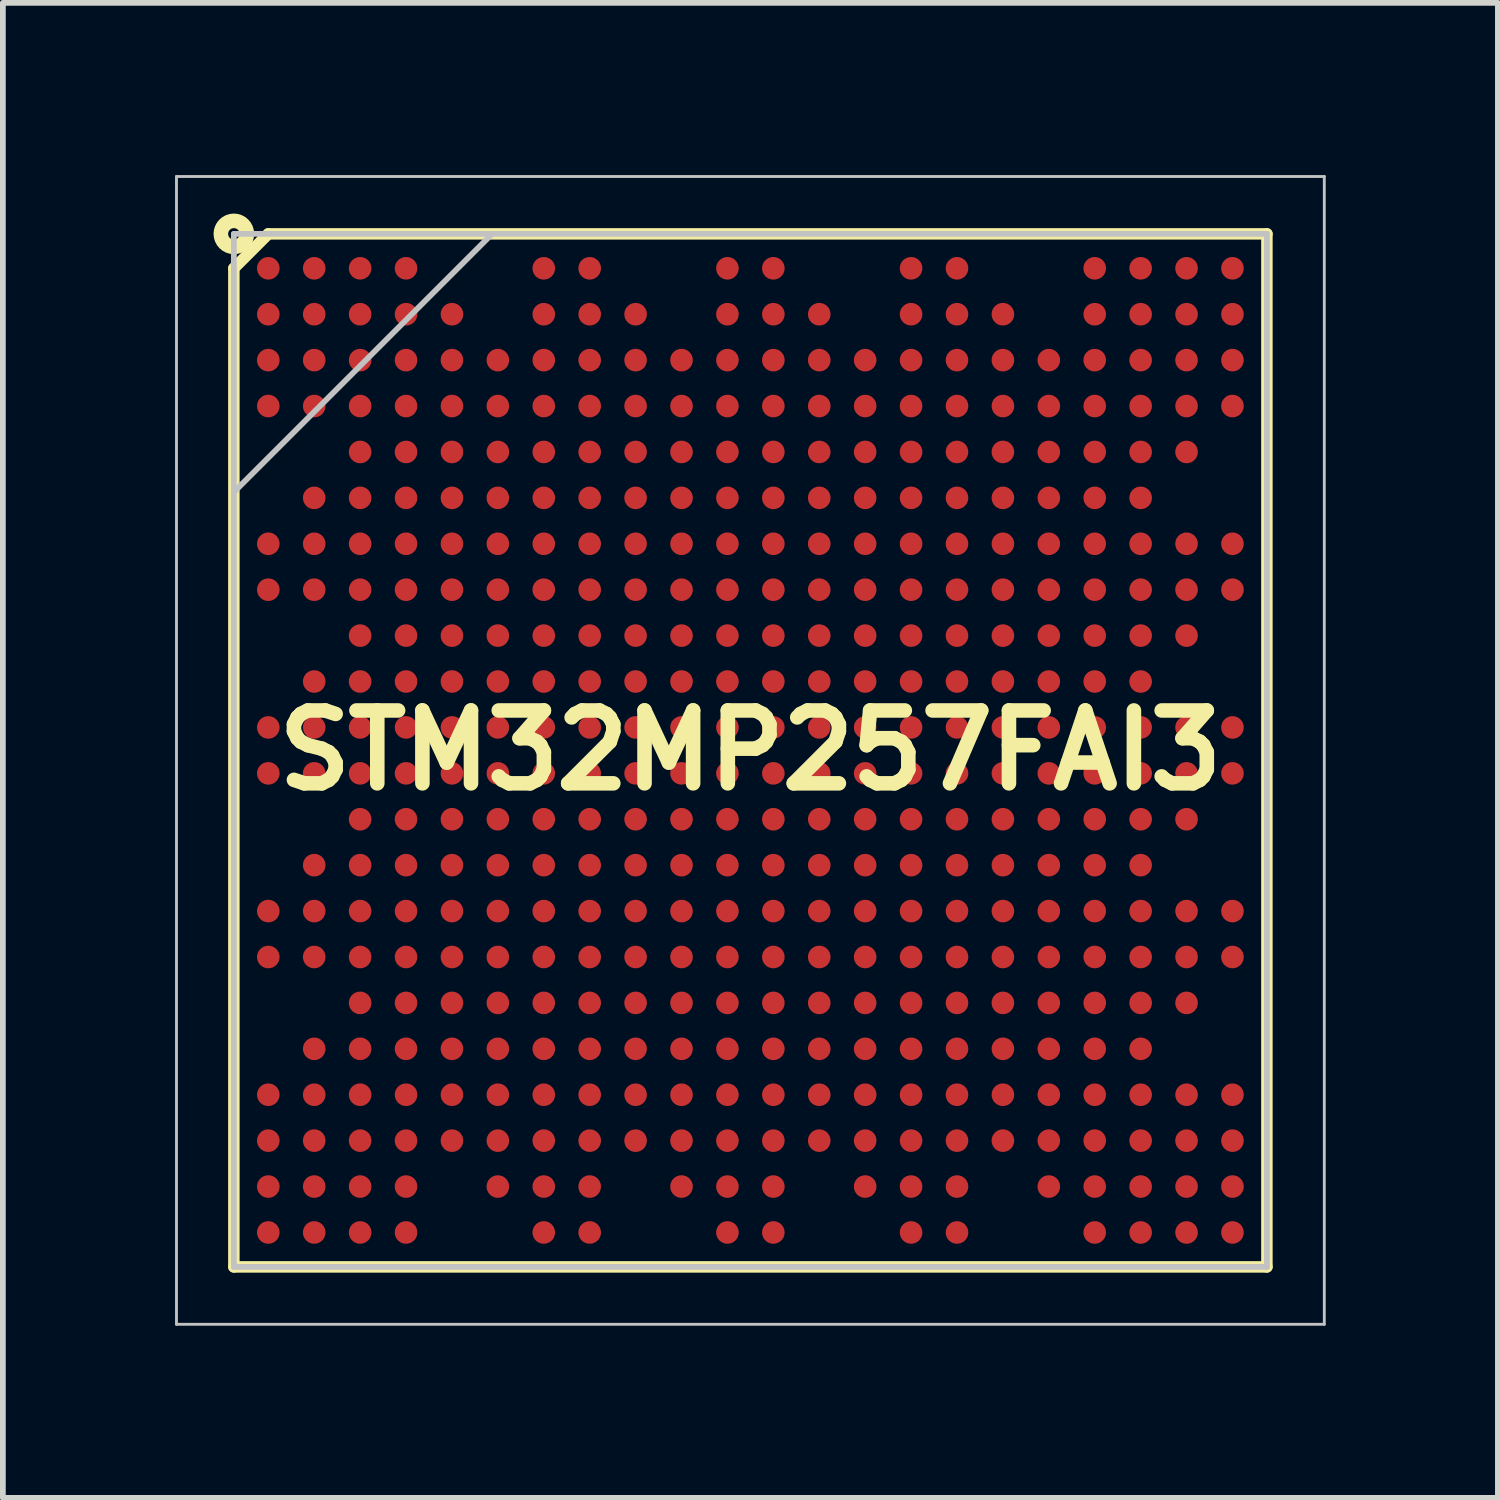
<source format=kicad_pcb>
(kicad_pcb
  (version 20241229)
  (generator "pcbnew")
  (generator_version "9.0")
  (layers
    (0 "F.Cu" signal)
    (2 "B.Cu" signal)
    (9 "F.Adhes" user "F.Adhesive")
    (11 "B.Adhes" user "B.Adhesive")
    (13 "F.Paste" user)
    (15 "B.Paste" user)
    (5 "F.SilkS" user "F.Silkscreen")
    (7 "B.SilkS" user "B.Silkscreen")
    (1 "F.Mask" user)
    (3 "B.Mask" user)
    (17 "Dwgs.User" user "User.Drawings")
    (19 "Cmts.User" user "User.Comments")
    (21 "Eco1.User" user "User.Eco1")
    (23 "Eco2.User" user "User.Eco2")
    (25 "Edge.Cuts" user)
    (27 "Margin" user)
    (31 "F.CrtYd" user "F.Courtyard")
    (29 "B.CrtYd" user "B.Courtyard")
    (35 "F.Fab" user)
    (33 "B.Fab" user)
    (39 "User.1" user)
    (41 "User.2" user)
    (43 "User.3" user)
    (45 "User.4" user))
  (footprint "STM32MP257FAI3"
    (layer "F.Cu")
    (at 10.025 10.025)
    (property "Reference" "STM32MP257FAI3" (at 0 0 0) (layer "F.SilkS") (effects (font (size 1.27 1.27) (thickness 0.254))))
    (attr smd)
    (fp_line (start -9 -8.4) (end -8.4 -9) (stroke (width 0.2) (type solid)) (layer "F.SilkS"))
    (fp_line (start -9 9) (end -9 -8.4) (stroke (width 0.2) (type solid)) (layer "F.SilkS"))
    (fp_line (start -8.4 -9) (end 9 -9) (stroke (width 0.2) (type solid)) (layer "F.SilkS"))
    (fp_line (start 9 -9) (end 9 9) (stroke (width 0.2) (type solid)) (layer "F.SilkS"))
    (fp_line (start 9 9) (end -9 9) (stroke (width 0.2) (type solid)) (layer "F.SilkS"))
    (fp_circle (center -9 -9) (end -8.9 -9) (stroke (width 0.254) (type solid)) (fill no) (layer "F.SilkS"))
    (fp_line (start -10 -10) (end 10 -10) (stroke (width 0.05) (type solid)) (layer "Dwgs.User"))
    (fp_line (start -10 10) (end -10 -10) (stroke (width 0.05) (type solid)) (layer "Dwgs.User"))
    (fp_line (start -9 -9) (end 9 -9) (stroke (width 0.1) (type solid)) (layer "Dwgs.User"))
    (fp_line (start -9 -4.5) (end -4.5 -9) (stroke (width 0.1) (type solid)) (layer "Dwgs.User"))
    (fp_line (start -9 9) (end -9 -9) (stroke (width 0.1) (type solid)) (layer "Dwgs.User"))
    (fp_line (start 9 -9) (end 9 9) (stroke (width 0.1) (type solid)) (layer "Dwgs.User"))
    (fp_line (start 9 9) (end -9 9) (stroke (width 0.1) (type solid)) (layer "Dwgs.User"))
    (fp_line (start 10 -10) (end 10 10) (stroke (width 0.05) (type solid)) (layer "Dwgs.User"))
    (fp_line (start 10 10) (end -10 10) (stroke (width 0.05) (type solid)) (layer "Dwgs.User"))
    (pad "A1" smd circle (at -8.4 -8.4 90) (size 0.394 0.394) (layers "F.Cu" "F.Mask" "F.Paste"))
    (pad "A2" smd circle (at -7.6 -8.4 90) (size 0.394 0.394) (layers "F.Cu" "F.Mask" "F.Paste"))
    (pad "A3" smd circle (at -6.8 -8.4 90) (size 0.394 0.394) (layers "F.Cu" "F.Mask" "F.Paste"))
    (pad "A4" smd circle (at -6 -8.4 90) (size 0.394 0.394) (layers "F.Cu" "F.Mask" "F.Paste"))
    (pad "A7" smd circle (at -3.6 -8.4 90) (size 0.394 0.394) (layers "F.Cu" "F.Mask" "F.Paste"))
    (pad "A8" smd circle (at -2.8 -8.4 90) (size 0.394 0.394) (layers "F.Cu" "F.Mask" "F.Paste"))
    (pad "A11" smd circle (at -0.4 -8.4 90) (size 0.394 0.394) (layers "F.Cu" "F.Mask" "F.Paste"))
    (pad "A12" smd circle (at 0.4 -8.4 90) (size 0.394 0.394) (layers "F.Cu" "F.Mask" "F.Paste"))
    (pad "A15" smd circle (at 2.8 -8.4 90) (size 0.394 0.394) (layers "F.Cu" "F.Mask" "F.Paste"))
    (pad "A16" smd circle (at 3.6 -8.4 90) (size 0.394 0.394) (layers "F.Cu" "F.Mask" "F.Paste"))
    (pad "A19" smd circle (at 6 -8.4 90) (size 0.394 0.394) (layers "F.Cu" "F.Mask" "F.Paste"))
    (pad "A20" smd circle (at 6.8 -8.4 90) (size 0.394 0.394) (layers "F.Cu" "F.Mask" "F.Paste"))
    (pad "A21" smd circle (at 7.6 -8.4 90) (size 0.394 0.394) (layers "F.Cu" "F.Mask" "F.Paste"))
    (pad "A22" smd circle (at 8.4 -8.4 90) (size 0.394 0.394) (layers "F.Cu" "F.Mask" "F.Paste"))
    (pad "AA1" smd circle (at -8.4 7.6 90) (size 0.394 0.394) (layers "F.Cu" "F.Mask" "F.Paste"))
    (pad "AA2" smd circle (at -7.6 7.6 90) (size 0.394 0.394) (layers "F.Cu" "F.Mask" "F.Paste"))
    (pad "AA3" smd circle (at -6.8 7.6 90) (size 0.394 0.394) (layers "F.Cu" "F.Mask" "F.Paste"))
    (pad "AA4" smd circle (at -6 7.6 90) (size 0.394 0.394) (layers "F.Cu" "F.Mask" "F.Paste"))
    (pad "AA6" smd circle (at -4.4 7.6 90) (size 0.394 0.394) (layers "F.Cu" "F.Mask" "F.Paste"))
    (pad "AA7" smd circle (at -3.6 7.6 90) (size 0.394 0.394) (layers "F.Cu" "F.Mask" "F.Paste"))
    (pad "AA8" smd circle (at -2.8 7.6 90) (size 0.394 0.394) (layers "F.Cu" "F.Mask" "F.Paste"))
    (pad "AA10" smd circle (at -1.2 7.6 90) (size 0.394 0.394) (layers "F.Cu" "F.Mask" "F.Paste"))
    (pad "AA11" smd circle (at -0.4 7.6 90) (size 0.394 0.394) (layers "F.Cu" "F.Mask" "F.Paste"))
    (pad "AA12" smd circle (at 0.4 7.6 90) (size 0.394 0.394) (layers "F.Cu" "F.Mask" "F.Paste"))
    (pad "AA14" smd circle (at 2 7.6 90) (size 0.394 0.394) (layers "F.Cu" "F.Mask" "F.Paste"))
    (pad "AA15" smd circle (at 2.8 7.6 90) (size 0.394 0.394) (layers "F.Cu" "F.Mask" "F.Paste"))
    (pad "AA16" smd circle (at 3.6 7.6 90) (size 0.394 0.394) (layers "F.Cu" "F.Mask" "F.Paste"))
    (pad "AA18" smd circle (at 5.2 7.6 90) (size 0.394 0.394) (layers "F.Cu" "F.Mask" "F.Paste"))
    (pad "AA19" smd circle (at 6 7.6 90) (size 0.394 0.394) (layers "F.Cu" "F.Mask" "F.Paste"))
    (pad "AA20" smd circle (at 6.8 7.6 90) (size 0.394 0.394) (layers "F.Cu" "F.Mask" "F.Paste"))
    (pad "AA21" smd circle (at 7.6 7.6 90) (size 0.394 0.394) (layers "F.Cu" "F.Mask" "F.Paste"))
    (pad "AA22" smd circle (at 8.4 7.6 90) (size 0.394 0.394) (layers "F.Cu" "F.Mask" "F.Paste"))
    (pad "AB1" smd circle (at -8.4 8.4 90) (size 0.394 0.394) (layers "F.Cu" "F.Mask" "F.Paste"))
    (pad "AB2" smd circle (at -7.6 8.4 90) (size 0.394 0.394) (layers "F.Cu" "F.Mask" "F.Paste"))
    (pad "AB3" smd circle (at -6.8 8.4 90) (size 0.394 0.394) (layers "F.Cu" "F.Mask" "F.Paste"))
    (pad "AB4" smd circle (at -6 8.4 90) (size 0.394 0.394) (layers "F.Cu" "F.Mask" "F.Paste"))
    (pad "AB7" smd circle (at -3.6 8.4 90) (size 0.394 0.394) (layers "F.Cu" "F.Mask" "F.Paste"))
    (pad "AB8" smd circle (at -2.8 8.4 90) (size 0.394 0.394) (layers "F.Cu" "F.Mask" "F.Paste"))
    (pad "AB11" smd circle (at -0.4 8.4 90) (size 0.394 0.394) (layers "F.Cu" "F.Mask" "F.Paste"))
    (pad "AB12" smd circle (at 0.4 8.4 90) (size 0.394 0.394) (layers "F.Cu" "F.Mask" "F.Paste"))
    (pad "AB15" smd circle (at 2.8 8.4 90) (size 0.394 0.394) (layers "F.Cu" "F.Mask" "F.Paste"))
    (pad "AB16" smd circle (at 3.6 8.4 90) (size 0.394 0.394) (layers "F.Cu" "F.Mask" "F.Paste"))
    (pad "AB19" smd circle (at 6 8.4 90) (size 0.394 0.394) (layers "F.Cu" "F.Mask" "F.Paste"))
    (pad "AB20" smd circle (at 6.8 8.4 90) (size 0.394 0.394) (layers "F.Cu" "F.Mask" "F.Paste"))
    (pad "AB21" smd circle (at 7.6 8.4 90) (size 0.394 0.394) (layers "F.Cu" "F.Mask" "F.Paste"))
    (pad "AB22" smd circle (at 8.4 8.4 90) (size 0.394 0.394) (layers "F.Cu" "F.Mask" "F.Paste"))
    (pad "B1" smd circle (at -8.4 -7.6 90) (size 0.394 0.394) (layers "F.Cu" "F.Mask" "F.Paste"))
    (pad "B2" smd circle (at -7.6 -7.6 90) (size 0.394 0.394) (layers "F.Cu" "F.Mask" "F.Paste"))
    (pad "B3" smd circle (at -6.8 -7.6 90) (size 0.394 0.394) (layers "F.Cu" "F.Mask" "F.Paste"))
    (pad "B4" smd circle (at -6 -7.6 90) (size 0.394 0.394) (layers "F.Cu" "F.Mask" "F.Paste"))
    (pad "B5" smd circle (at -5.2 -7.6 90) (size 0.394 0.394) (layers "F.Cu" "F.Mask" "F.Paste"))
    (pad "B7" smd circle (at -3.6 -7.6 90) (size 0.394 0.394) (layers "F.Cu" "F.Mask" "F.Paste"))
    (pad "B8" smd circle (at -2.8 -7.6 90) (size 0.394 0.394) (layers "F.Cu" "F.Mask" "F.Paste"))
    (pad "B9" smd circle (at -2 -7.6 90) (size 0.394 0.394) (layers "F.Cu" "F.Mask" "F.Paste"))
    (pad "B11" smd circle (at -0.4 -7.6 90) (size 0.394 0.394) (layers "F.Cu" "F.Mask" "F.Paste"))
    (pad "B12" smd circle (at 0.4 -7.6 90) (size 0.394 0.394) (layers "F.Cu" "F.Mask" "F.Paste"))
    (pad "B13" smd circle (at 1.2 -7.6 90) (size 0.394 0.394) (layers "F.Cu" "F.Mask" "F.Paste"))
    (pad "B15" smd circle (at 2.8 -7.6 90) (size 0.394 0.394) (layers "F.Cu" "F.Mask" "F.Paste"))
    (pad "B16" smd circle (at 3.6 -7.6 90) (size 0.394 0.394) (layers "F.Cu" "F.Mask" "F.Paste"))
    (pad "B17" smd circle (at 4.4 -7.6 90) (size 0.394 0.394) (layers "F.Cu" "F.Mask" "F.Paste"))
    (pad "B19" smd circle (at 6 -7.6 90) (size 0.394 0.394) (layers "F.Cu" "F.Mask" "F.Paste"))
    (pad "B20" smd circle (at 6.8 -7.6 90) (size 0.394 0.394) (layers "F.Cu" "F.Mask" "F.Paste"))
    (pad "B21" smd circle (at 7.6 -7.6 90) (size 0.394 0.394) (layers "F.Cu" "F.Mask" "F.Paste"))
    (pad "B22" smd circle (at 8.4 -7.6 90) (size 0.394 0.394) (layers "F.Cu" "F.Mask" "F.Paste"))
    (pad "C1" smd circle (at -8.4 -6.8 90) (size 0.394 0.394) (layers "F.Cu" "F.Mask" "F.Paste"))
    (pad "C2" smd circle (at -7.6 -6.8 90) (size 0.394 0.394) (layers "F.Cu" "F.Mask" "F.Paste"))
    (pad "C3" smd circle (at -6.8 -6.8 90) (size 0.394 0.394) (layers "F.Cu" "F.Mask" "F.Paste"))
    (pad "C4" smd circle (at -6 -6.8 90) (size 0.394 0.394) (layers "F.Cu" "F.Mask" "F.Paste"))
    (pad "C5" smd circle (at -5.2 -6.8 90) (size 0.394 0.394) (layers "F.Cu" "F.Mask" "F.Paste"))
    (pad "C6" smd circle (at -4.4 -6.8 90) (size 0.394 0.394) (layers "F.Cu" "F.Mask" "F.Paste"))
    (pad "C7" smd circle (at -3.6 -6.8 90) (size 0.394 0.394) (layers "F.Cu" "F.Mask" "F.Paste"))
    (pad "C8" smd circle (at -2.8 -6.8 90) (size 0.394 0.394) (layers "F.Cu" "F.Mask" "F.Paste"))
    (pad "C9" smd circle (at -2 -6.8 90) (size 0.394 0.394) (layers "F.Cu" "F.Mask" "F.Paste"))
    (pad "C10" smd circle (at -1.2 -6.8 90) (size 0.394 0.394) (layers "F.Cu" "F.Mask" "F.Paste"))
    (pad "C11" smd circle (at -0.4 -6.8 90) (size 0.394 0.394) (layers "F.Cu" "F.Mask" "F.Paste"))
    (pad "C12" smd circle (at 0.4 -6.8 90) (size 0.394 0.394) (layers "F.Cu" "F.Mask" "F.Paste"))
    (pad "C13" smd circle (at 1.2 -6.8 90) (size 0.394 0.394) (layers "F.Cu" "F.Mask" "F.Paste"))
    (pad "C14" smd circle (at 2 -6.8 90) (size 0.394 0.394) (layers "F.Cu" "F.Mask" "F.Paste"))
    (pad "C15" smd circle (at 2.8 -6.8 90) (size 0.394 0.394) (layers "F.Cu" "F.Mask" "F.Paste"))
    (pad "C16" smd circle (at 3.6 -6.8 90) (size 0.394 0.394) (layers "F.Cu" "F.Mask" "F.Paste"))
    (pad "C17" smd circle (at 4.4 -6.8 90) (size 0.394 0.394) (layers "F.Cu" "F.Mask" "F.Paste"))
    (pad "C18" smd circle (at 5.2 -6.8 90) (size 0.394 0.394) (layers "F.Cu" "F.Mask" "F.Paste"))
    (pad "C19" smd circle (at 6 -6.8 90) (size 0.394 0.394) (layers "F.Cu" "F.Mask" "F.Paste"))
    (pad "C20" smd circle (at 6.8 -6.8 90) (size 0.394 0.394) (layers "F.Cu" "F.Mask" "F.Paste"))
    (pad "C21" smd circle (at 7.6 -6.8 90) (size 0.394 0.394) (layers "F.Cu" "F.Mask" "F.Paste"))
    (pad "C22" smd circle (at 8.4 -6.8 90) (size 0.394 0.394) (layers "F.Cu" "F.Mask" "F.Paste"))
    (pad "D1" smd circle (at -8.4 -6 90) (size 0.394 0.394) (layers "F.Cu" "F.Mask" "F.Paste"))
    (pad "D2" smd circle (at -7.6 -6 90) (size 0.394 0.394) (layers "F.Cu" "F.Mask" "F.Paste"))
    (pad "D3" smd circle (at -6.8 -6 90) (size 0.394 0.394) (layers "F.Cu" "F.Mask" "F.Paste"))
    (pad "D4" smd circle (at -6 -6 90) (size 0.394 0.394) (layers "F.Cu" "F.Mask" "F.Paste"))
    (pad "D5" smd circle (at -5.2 -6 90) (size 0.394 0.394) (layers "F.Cu" "F.Mask" "F.Paste"))
    (pad "D6" smd circle (at -4.4 -6 90) (size 0.394 0.394) (layers "F.Cu" "F.Mask" "F.Paste"))
    (pad "D7" smd circle (at -3.6 -6 90) (size 0.394 0.394) (layers "F.Cu" "F.Mask" "F.Paste"))
    (pad "D8" smd circle (at -2.8 -6 90) (size 0.394 0.394) (layers "F.Cu" "F.Mask" "F.Paste"))
    (pad "D9" smd circle (at -2 -6 90) (size 0.394 0.394) (layers "F.Cu" "F.Mask" "F.Paste"))
    (pad "D10" smd circle (at -1.2 -6 90) (size 0.394 0.394) (layers "F.Cu" "F.Mask" "F.Paste"))
    (pad "D11" smd circle (at -0.4 -6 90) (size 0.394 0.394) (layers "F.Cu" "F.Mask" "F.Paste"))
    (pad "D12" smd circle (at 0.4 -6 90) (size 0.394 0.394) (layers "F.Cu" "F.Mask" "F.Paste"))
    (pad "D13" smd circle (at 1.2 -6 90) (size 0.394 0.394) (layers "F.Cu" "F.Mask" "F.Paste"))
    (pad "D14" smd circle (at 2 -6 90) (size 0.394 0.394) (layers "F.Cu" "F.Mask" "F.Paste"))
    (pad "D15" smd circle (at 2.8 -6 90) (size 0.394 0.394) (layers "F.Cu" "F.Mask" "F.Paste"))
    (pad "D16" smd circle (at 3.6 -6 90) (size 0.394 0.394) (layers "F.Cu" "F.Mask" "F.Paste"))
    (pad "D17" smd circle (at 4.4 -6 90) (size 0.394 0.394) (layers "F.Cu" "F.Mask" "F.Paste"))
    (pad "D18" smd circle (at 5.2 -6 90) (size 0.394 0.394) (layers "F.Cu" "F.Mask" "F.Paste"))
    (pad "D19" smd circle (at 6 -6 90) (size 0.394 0.394) (layers "F.Cu" "F.Mask" "F.Paste"))
    (pad "D20" smd circle (at 6.8 -6 90) (size 0.394 0.394) (layers "F.Cu" "F.Mask" "F.Paste"))
    (pad "D21" smd circle (at 7.6 -6 90) (size 0.394 0.394) (layers "F.Cu" "F.Mask" "F.Paste"))
    (pad "D22" smd circle (at 8.4 -6 90) (size 0.394 0.394) (layers "F.Cu" "F.Mask" "F.Paste"))
    (pad "E3" smd circle (at -6.8 -5.2 90) (size 0.394 0.394) (layers "F.Cu" "F.Mask" "F.Paste"))
    (pad "E4" smd circle (at -6 -5.2 90) (size 0.394 0.394) (layers "F.Cu" "F.Mask" "F.Paste"))
    (pad "E5" smd circle (at -5.2 -5.2 90) (size 0.394 0.394) (layers "F.Cu" "F.Mask" "F.Paste"))
    (pad "E6" smd circle (at -4.4 -5.2 90) (size 0.394 0.394) (layers "F.Cu" "F.Mask" "F.Paste"))
    (pad "E7" smd circle (at -3.6 -5.2 90) (size 0.394 0.394) (layers "F.Cu" "F.Mask" "F.Paste"))
    (pad "E8" smd circle (at -2.8 -5.2 90) (size 0.394 0.394) (layers "F.Cu" "F.Mask" "F.Paste"))
    (pad "E9" smd circle (at -2 -5.2 90) (size 0.394 0.394) (layers "F.Cu" "F.Mask" "F.Paste"))
    (pad "E10" smd circle (at -1.2 -5.2 90) (size 0.394 0.394) (layers "F.Cu" "F.Mask" "F.Paste"))
    (pad "E11" smd circle (at -0.4 -5.2 90) (size 0.394 0.394) (layers "F.Cu" "F.Mask" "F.Paste"))
    (pad "E12" smd circle (at 0.4 -5.2 90) (size 0.394 0.394) (layers "F.Cu" "F.Mask" "F.Paste"))
    (pad "E13" smd circle (at 1.2 -5.2 90) (size 0.394 0.394) (layers "F.Cu" "F.Mask" "F.Paste"))
    (pad "E14" smd circle (at 2 -5.2 90) (size 0.394 0.394) (layers "F.Cu" "F.Mask" "F.Paste"))
    (pad "E15" smd circle (at 2.8 -5.2 90) (size 0.394 0.394) (layers "F.Cu" "F.Mask" "F.Paste"))
    (pad "E16" smd circle (at 3.6 -5.2 90) (size 0.394 0.394) (layers "F.Cu" "F.Mask" "F.Paste"))
    (pad "E17" smd circle (at 4.4 -5.2 90) (size 0.394 0.394) (layers "F.Cu" "F.Mask" "F.Paste"))
    (pad "E18" smd circle (at 5.2 -5.2 90) (size 0.394 0.394) (layers "F.Cu" "F.Mask" "F.Paste"))
    (pad "E19" smd circle (at 6 -5.2 90) (size 0.394 0.394) (layers "F.Cu" "F.Mask" "F.Paste"))
    (pad "E20" smd circle (at 6.8 -5.2 90) (size 0.394 0.394) (layers "F.Cu" "F.Mask" "F.Paste"))
    (pad "E21" smd circle (at 7.6 -5.2 90) (size 0.394 0.394) (layers "F.Cu" "F.Mask" "F.Paste"))
    (pad "F2" smd circle (at -7.6 -4.4 90) (size 0.394 0.394) (layers "F.Cu" "F.Mask" "F.Paste"))
    (pad "F3" smd circle (at -6.8 -4.4 90) (size 0.394 0.394) (layers "F.Cu" "F.Mask" "F.Paste"))
    (pad "F4" smd circle (at -6 -4.4 90) (size 0.394 0.394) (layers "F.Cu" "F.Mask" "F.Paste"))
    (pad "F5" smd circle (at -5.2 -4.4 90) (size 0.394 0.394) (layers "F.Cu" "F.Mask" "F.Paste"))
    (pad "F6" smd circle (at -4.4 -4.4 90) (size 0.394 0.394) (layers "F.Cu" "F.Mask" "F.Paste"))
    (pad "F7" smd circle (at -3.6 -4.4 90) (size 0.394 0.394) (layers "F.Cu" "F.Mask" "F.Paste"))
    (pad "F8" smd circle (at -2.8 -4.4 90) (size 0.394 0.394) (layers "F.Cu" "F.Mask" "F.Paste"))
    (pad "F9" smd circle (at -2 -4.4 90) (size 0.394 0.394) (layers "F.Cu" "F.Mask" "F.Paste"))
    (pad "F10" smd circle (at -1.2 -4.4 90) (size 0.394 0.394) (layers "F.Cu" "F.Mask" "F.Paste"))
    (pad "F11" smd circle (at -0.4 -4.4 90) (size 0.394 0.394) (layers "F.Cu" "F.Mask" "F.Paste"))
    (pad "F12" smd circle (at 0.4 -4.4 90) (size 0.394 0.394) (layers "F.Cu" "F.Mask" "F.Paste"))
    (pad "F13" smd circle (at 1.2 -4.4 90) (size 0.394 0.394) (layers "F.Cu" "F.Mask" "F.Paste"))
    (pad "F14" smd circle (at 2 -4.4 90) (size 0.394 0.394) (layers "F.Cu" "F.Mask" "F.Paste"))
    (pad "F15" smd circle (at 2.8 -4.4 90) (size 0.394 0.394) (layers "F.Cu" "F.Mask" "F.Paste"))
    (pad "F16" smd circle (at 3.6 -4.4 90) (size 0.394 0.394) (layers "F.Cu" "F.Mask" "F.Paste"))
    (pad "F17" smd circle (at 4.4 -4.4 90) (size 0.394 0.394) (layers "F.Cu" "F.Mask" "F.Paste"))
    (pad "F18" smd circle (at 5.2 -4.4 90) (size 0.394 0.394) (layers "F.Cu" "F.Mask" "F.Paste"))
    (pad "F19" smd circle (at 6 -4.4 90) (size 0.394 0.394) (layers "F.Cu" "F.Mask" "F.Paste"))
    (pad "F20" smd circle (at 6.8 -4.4 90) (size 0.394 0.394) (layers "F.Cu" "F.Mask" "F.Paste"))
    (pad "G1" smd circle (at -8.4 -3.6 90) (size 0.394 0.394) (layers "F.Cu" "F.Mask" "F.Paste"))
    (pad "G2" smd circle (at -7.6 -3.6 90) (size 0.394 0.394) (layers "F.Cu" "F.Mask" "F.Paste"))
    (pad "G3" smd circle (at -6.8 -3.6 90) (size 0.394 0.394) (layers "F.Cu" "F.Mask" "F.Paste"))
    (pad "G4" smd circle (at -6 -3.6 90) (size 0.394 0.394) (layers "F.Cu" "F.Mask" "F.Paste"))
    (pad "G5" smd circle (at -5.2 -3.6 90) (size 0.394 0.394) (layers "F.Cu" "F.Mask" "F.Paste"))
    (pad "G6" smd circle (at -4.4 -3.6 90) (size 0.394 0.394) (layers "F.Cu" "F.Mask" "F.Paste"))
    (pad "G7" smd circle (at -3.6 -3.6 90) (size 0.394 0.394) (layers "F.Cu" "F.Mask" "F.Paste"))
    (pad "G8" smd circle (at -2.8 -3.6 90) (size 0.394 0.394) (layers "F.Cu" "F.Mask" "F.Paste"))
    (pad "G9" smd circle (at -2 -3.6 90) (size 0.394 0.394) (layers "F.Cu" "F.Mask" "F.Paste"))
    (pad "G10" smd circle (at -1.2 -3.6 90) (size 0.394 0.394) (layers "F.Cu" "F.Mask" "F.Paste"))
    (pad "G11" smd circle (at -0.4 -3.6 90) (size 0.394 0.394) (layers "F.Cu" "F.Mask" "F.Paste"))
    (pad "G12" smd circle (at 0.4 -3.6 90) (size 0.394 0.394) (layers "F.Cu" "F.Mask" "F.Paste"))
    (pad "G13" smd circle (at 1.2 -3.6 90) (size 0.394 0.394) (layers "F.Cu" "F.Mask" "F.Paste"))
    (pad "G14" smd circle (at 2 -3.6 90) (size 0.394 0.394) (layers "F.Cu" "F.Mask" "F.Paste"))
    (pad "G15" smd circle (at 2.8 -3.6 90) (size 0.394 0.394) (layers "F.Cu" "F.Mask" "F.Paste"))
    (pad "G16" smd circle (at 3.6 -3.6 90) (size 0.394 0.394) (layers "F.Cu" "F.Mask" "F.Paste"))
    (pad "G17" smd circle (at 4.4 -3.6 90) (size 0.394 0.394) (layers "F.Cu" "F.Mask" "F.Paste"))
    (pad "G18" smd circle (at 5.2 -3.6 90) (size 0.394 0.394) (layers "F.Cu" "F.Mask" "F.Paste"))
    (pad "G19" smd circle (at 6 -3.6 90) (size 0.394 0.394) (layers "F.Cu" "F.Mask" "F.Paste"))
    (pad "G20" smd circle (at 6.8 -3.6 90) (size 0.394 0.394) (layers "F.Cu" "F.Mask" "F.Paste"))
    (pad "G21" smd circle (at 7.6 -3.6 90) (size 0.394 0.394) (layers "F.Cu" "F.Mask" "F.Paste"))
    (pad "G22" smd circle (at 8.4 -3.6 90) (size 0.394 0.394) (layers "F.Cu" "F.Mask" "F.Paste"))
    (pad "H1" smd circle (at -8.4 -2.8 90) (size 0.394 0.394) (layers "F.Cu" "F.Mask" "F.Paste"))
    (pad "H2" smd circle (at -7.6 -2.8 90) (size 0.394 0.394) (layers "F.Cu" "F.Mask" "F.Paste"))
    (pad "H3" smd circle (at -6.8 -2.8 90) (size 0.394 0.394) (layers "F.Cu" "F.Mask" "F.Paste"))
    (pad "H4" smd circle (at -6 -2.8 90) (size 0.394 0.394) (layers "F.Cu" "F.Mask" "F.Paste"))
    (pad "H5" smd circle (at -5.2 -2.8 90) (size 0.394 0.394) (layers "F.Cu" "F.Mask" "F.Paste"))
    (pad "H6" smd circle (at -4.4 -2.8 90) (size 0.394 0.394) (layers "F.Cu" "F.Mask" "F.Paste"))
    (pad "H7" smd circle (at -3.6 -2.8 90) (size 0.394 0.394) (layers "F.Cu" "F.Mask" "F.Paste"))
    (pad "H8" smd circle (at -2.8 -2.8 90) (size 0.394 0.394) (layers "F.Cu" "F.Mask" "F.Paste"))
    (pad "H9" smd circle (at -2 -2.8 90) (size 0.394 0.394) (layers "F.Cu" "F.Mask" "F.Paste"))
    (pad "H10" smd circle (at -1.2 -2.8 90) (size 0.394 0.394) (layers "F.Cu" "F.Mask" "F.Paste"))
    (pad "H11" smd circle (at -0.4 -2.8 90) (size 0.394 0.394) (layers "F.Cu" "F.Mask" "F.Paste"))
    (pad "H12" smd circle (at 0.4 -2.8 90) (size 0.394 0.394) (layers "F.Cu" "F.Mask" "F.Paste"))
    (pad "H13" smd circle (at 1.2 -2.8 90) (size 0.394 0.394) (layers "F.Cu" "F.Mask" "F.Paste"))
    (pad "H14" smd circle (at 2 -2.8 90) (size 0.394 0.394) (layers "F.Cu" "F.Mask" "F.Paste"))
    (pad "H15" smd circle (at 2.8 -2.8 90) (size 0.394 0.394) (layers "F.Cu" "F.Mask" "F.Paste"))
    (pad "H16" smd circle (at 3.6 -2.8 90) (size 0.394 0.394) (layers "F.Cu" "F.Mask" "F.Paste"))
    (pad "H17" smd circle (at 4.4 -2.8 90) (size 0.394 0.394) (layers "F.Cu" "F.Mask" "F.Paste"))
    (pad "H18" smd circle (at 5.2 -2.8 90) (size 0.394 0.394) (layers "F.Cu" "F.Mask" "F.Paste"))
    (pad "H19" smd circle (at 6 -2.8 90) (size 0.394 0.394) (layers "F.Cu" "F.Mask" "F.Paste"))
    (pad "H20" smd circle (at 6.8 -2.8 90) (size 0.394 0.394) (layers "F.Cu" "F.Mask" "F.Paste"))
    (pad "H21" smd circle (at 7.6 -2.8 90) (size 0.394 0.394) (layers "F.Cu" "F.Mask" "F.Paste"))
    (pad "H22" smd circle (at 8.4 -2.8 90) (size 0.394 0.394) (layers "F.Cu" "F.Mask" "F.Paste"))
    (pad "J3" smd circle (at -6.8 -2 90) (size 0.394 0.394) (layers "F.Cu" "F.Mask" "F.Paste"))
    (pad "J4" smd circle (at -6 -2 90) (size 0.394 0.394) (layers "F.Cu" "F.Mask" "F.Paste"))
    (pad "J5" smd circle (at -5.2 -2 90) (size 0.394 0.394) (layers "F.Cu" "F.Mask" "F.Paste"))
    (pad "J6" smd circle (at -4.4 -2 90) (size 0.394 0.394) (layers "F.Cu" "F.Mask" "F.Paste"))
    (pad "J7" smd circle (at -3.6 -2 90) (size 0.394 0.394) (layers "F.Cu" "F.Mask" "F.Paste"))
    (pad "J8" smd circle (at -2.8 -2 90) (size 0.394 0.394) (layers "F.Cu" "F.Mask" "F.Paste"))
    (pad "J9" smd circle (at -2 -2 90) (size 0.394 0.394) (layers "F.Cu" "F.Mask" "F.Paste"))
    (pad "J10" smd circle (at -1.2 -2 90) (size 0.394 0.394) (layers "F.Cu" "F.Mask" "F.Paste"))
    (pad "J11" smd circle (at -0.4 -2 90) (size 0.394 0.394) (layers "F.Cu" "F.Mask" "F.Paste"))
    (pad "J12" smd circle (at 0.4 -2 90) (size 0.394 0.394) (layers "F.Cu" "F.Mask" "F.Paste"))
    (pad "J13" smd circle (at 1.2 -2 90) (size 0.394 0.394) (layers "F.Cu" "F.Mask" "F.Paste"))
    (pad "J14" smd circle (at 2 -2 90) (size 0.394 0.394) (layers "F.Cu" "F.Mask" "F.Paste"))
    (pad "J15" smd circle (at 2.8 -2 90) (size 0.394 0.394) (layers "F.Cu" "F.Mask" "F.Paste"))
    (pad "J16" smd circle (at 3.6 -2 90) (size 0.394 0.394) (layers "F.Cu" "F.Mask" "F.Paste"))
    (pad "J17" smd circle (at 4.4 -2 90) (size 0.394 0.394) (layers "F.Cu" "F.Mask" "F.Paste"))
    (pad "J18" smd circle (at 5.2 -2 90) (size 0.394 0.394) (layers "F.Cu" "F.Mask" "F.Paste"))
    (pad "J19" smd circle (at 6 -2 90) (size 0.394 0.394) (layers "F.Cu" "F.Mask" "F.Paste"))
    (pad "J20" smd circle (at 6.8 -2 90) (size 0.394 0.394) (layers "F.Cu" "F.Mask" "F.Paste"))
    (pad "J21" smd circle (at 7.6 -2 90) (size 0.394 0.394) (layers "F.Cu" "F.Mask" "F.Paste"))
    (pad "K2" smd circle (at -7.6 -1.2 90) (size 0.394 0.394) (layers "F.Cu" "F.Mask" "F.Paste"))
    (pad "K3" smd circle (at -6.8 -1.2 90) (size 0.394 0.394) (layers "F.Cu" "F.Mask" "F.Paste"))
    (pad "K4" smd circle (at -6 -1.2 90) (size 0.394 0.394) (layers "F.Cu" "F.Mask" "F.Paste"))
    (pad "K5" smd circle (at -5.2 -1.2 90) (size 0.394 0.394) (layers "F.Cu" "F.Mask" "F.Paste"))
    (pad "K6" smd circle (at -4.4 -1.2 90) (size 0.394 0.394) (layers "F.Cu" "F.Mask" "F.Paste"))
    (pad "K7" smd circle (at -3.6 -1.2 90) (size 0.394 0.394) (layers "F.Cu" "F.Mask" "F.Paste"))
    (pad "K8" smd circle (at -2.8 -1.2 90) (size 0.394 0.394) (layers "F.Cu" "F.Mask" "F.Paste"))
    (pad "K9" smd circle (at -2 -1.2 90) (size 0.394 0.394) (layers "F.Cu" "F.Mask" "F.Paste"))
    (pad "K10" smd circle (at -1.2 -1.2 90) (size 0.394 0.394) (layers "F.Cu" "F.Mask" "F.Paste"))
    (pad "K11" smd circle (at -0.4 -1.2 90) (size 0.394 0.394) (layers "F.Cu" "F.Mask" "F.Paste"))
    (pad "K12" smd circle (at 0.4 -1.2 90) (size 0.394 0.394) (layers "F.Cu" "F.Mask" "F.Paste"))
    (pad "K13" smd circle (at 1.2 -1.2 90) (size 0.394 0.394) (layers "F.Cu" "F.Mask" "F.Paste"))
    (pad "K14" smd circle (at 2 -1.2 90) (size 0.394 0.394) (layers "F.Cu" "F.Mask" "F.Paste"))
    (pad "K15" smd circle (at 2.8 -1.2 90) (size 0.394 0.394) (layers "F.Cu" "F.Mask" "F.Paste"))
    (pad "K16" smd circle (at 3.6 -1.2 90) (size 0.394 0.394) (layers "F.Cu" "F.Mask" "F.Paste"))
    (pad "K17" smd circle (at 4.4 -1.2 90) (size 0.394 0.394) (layers "F.Cu" "F.Mask" "F.Paste"))
    (pad "K18" smd circle (at 5.2 -1.2 90) (size 0.394 0.394) (layers "F.Cu" "F.Mask" "F.Paste"))
    (pad "K19" smd circle (at 6 -1.2 90) (size 0.394 0.394) (layers "F.Cu" "F.Mask" "F.Paste"))
    (pad "K20" smd circle (at 6.8 -1.2 90) (size 0.394 0.394) (layers "F.Cu" "F.Mask" "F.Paste"))
    (pad "L1" smd circle (at -8.4 -0.4 90) (size 0.394 0.394) (layers "F.Cu" "F.Mask" "F.Paste"))
    (pad "L2" smd circle (at -7.6 -0.4 90) (size 0.394 0.394) (layers "F.Cu" "F.Mask" "F.Paste"))
    (pad "L3" smd circle (at -6.8 -0.4 90) (size 0.394 0.394) (layers "F.Cu" "F.Mask" "F.Paste"))
    (pad "L4" smd circle (at -6 -0.4 90) (size 0.394 0.394) (layers "F.Cu" "F.Mask" "F.Paste"))
    (pad "L5" smd circle (at -5.2 -0.4 90) (size 0.394 0.394) (layers "F.Cu" "F.Mask" "F.Paste"))
    (pad "L6" smd circle (at -4.4 -0.4 90) (size 0.394 0.394) (layers "F.Cu" "F.Mask" "F.Paste"))
    (pad "L7" smd circle (at -3.6 -0.4 90) (size 0.394 0.394) (layers "F.Cu" "F.Mask" "F.Paste"))
    (pad "L8" smd circle (at -2.8 -0.4 90) (size 0.394 0.394) (layers "F.Cu" "F.Mask" "F.Paste"))
    (pad "L9" smd circle (at -2 -0.4 90) (size 0.394 0.394) (layers "F.Cu" "F.Mask" "F.Paste"))
    (pad "L10" smd circle (at -1.2 -0.4 90) (size 0.394 0.394) (layers "F.Cu" "F.Mask" "F.Paste"))
    (pad "L11" smd circle (at -0.4 -0.4 90) (size 0.394 0.394) (layers "F.Cu" "F.Mask" "F.Paste"))
    (pad "L12" smd circle (at 0.4 -0.4 90) (size 0.394 0.394) (layers "F.Cu" "F.Mask" "F.Paste"))
    (pad "L13" smd circle (at 1.2 -0.4 90) (size 0.394 0.394) (layers "F.Cu" "F.Mask" "F.Paste"))
    (pad "L14" smd circle (at 2 -0.4 90) (size 0.394 0.394) (layers "F.Cu" "F.Mask" "F.Paste"))
    (pad "L15" smd circle (at 2.8 -0.4 90) (size 0.394 0.394) (layers "F.Cu" "F.Mask" "F.Paste"))
    (pad "L16" smd circle (at 3.6 -0.4 90) (size 0.394 0.394) (layers "F.Cu" "F.Mask" "F.Paste"))
    (pad "L17" smd circle (at 4.4 -0.4 90) (size 0.394 0.394) (layers "F.Cu" "F.Mask" "F.Paste"))
    (pad "L18" smd circle (at 5.2 -0.4 90) (size 0.394 0.394) (layers "F.Cu" "F.Mask" "F.Paste"))
    (pad "L19" smd circle (at 6 -0.4 90) (size 0.394 0.394) (layers "F.Cu" "F.Mask" "F.Paste"))
    (pad "L20" smd circle (at 6.8 -0.4 90) (size 0.394 0.394) (layers "F.Cu" "F.Mask" "F.Paste"))
    (pad "L21" smd circle (at 7.6 -0.4 90) (size 0.394 0.394) (layers "F.Cu" "F.Mask" "F.Paste"))
    (pad "L22" smd circle (at 8.4 -0.4 90) (size 0.394 0.394) (layers "F.Cu" "F.Mask" "F.Paste"))
    (pad "M1" smd circle (at -8.4 0.4 90) (size 0.394 0.394) (layers "F.Cu" "F.Mask" "F.Paste"))
    (pad "M2" smd circle (at -7.6 0.4 90) (size 0.394 0.394) (layers "F.Cu" "F.Mask" "F.Paste"))
    (pad "M3" smd circle (at -6.8 0.4 90) (size 0.394 0.394) (layers "F.Cu" "F.Mask" "F.Paste"))
    (pad "M4" smd circle (at -6 0.4 90) (size 0.394 0.394) (layers "F.Cu" "F.Mask" "F.Paste"))
    (pad "M5" smd circle (at -5.2 0.4 90) (size 0.394 0.394) (layers "F.Cu" "F.Mask" "F.Paste"))
    (pad "M6" smd circle (at -4.4 0.4 90) (size 0.394 0.394) (layers "F.Cu" "F.Mask" "F.Paste"))
    (pad "M7" smd circle (at -3.6 0.4 90) (size 0.394 0.394) (layers "F.Cu" "F.Mask" "F.Paste"))
    (pad "M8" smd circle (at -2.8 0.4 90) (size 0.394 0.394) (layers "F.Cu" "F.Mask" "F.Paste"))
    (pad "M9" smd circle (at -2 0.4 90) (size 0.394 0.394) (layers "F.Cu" "F.Mask" "F.Paste"))
    (pad "M10" smd circle (at -1.2 0.4 90) (size 0.394 0.394) (layers "F.Cu" "F.Mask" "F.Paste"))
    (pad "M11" smd circle (at -0.4 0.4 90) (size 0.394 0.394) (layers "F.Cu" "F.Mask" "F.Paste"))
    (pad "M12" smd circle (at 0.4 0.4 90) (size 0.394 0.394) (layers "F.Cu" "F.Mask" "F.Paste"))
    (pad "M13" smd circle (at 1.2 0.4 90) (size 0.394 0.394) (layers "F.Cu" "F.Mask" "F.Paste"))
    (pad "M14" smd circle (at 2 0.4 90) (size 0.394 0.394) (layers "F.Cu" "F.Mask" "F.Paste"))
    (pad "M15" smd circle (at 2.8 0.4 90) (size 0.394 0.394) (layers "F.Cu" "F.Mask" "F.Paste"))
    (pad "M16" smd circle (at 3.6 0.4 90) (size 0.394 0.394) (layers "F.Cu" "F.Mask" "F.Paste"))
    (pad "M17" smd circle (at 4.4 0.4 90) (size 0.394 0.394) (layers "F.Cu" "F.Mask" "F.Paste"))
    (pad "M18" smd circle (at 5.2 0.4 90) (size 0.394 0.394) (layers "F.Cu" "F.Mask" "F.Paste"))
    (pad "M19" smd circle (at 6 0.4 90) (size 0.394 0.394) (layers "F.Cu" "F.Mask" "F.Paste"))
    (pad "M20" smd circle (at 6.8 0.4 90) (size 0.394 0.394) (layers "F.Cu" "F.Mask" "F.Paste"))
    (pad "M21" smd circle (at 7.6 0.4 90) (size 0.394 0.394) (layers "F.Cu" "F.Mask" "F.Paste"))
    (pad "M22" smd circle (at 8.4 0.4 90) (size 0.394 0.394) (layers "F.Cu" "F.Mask" "F.Paste"))
    (pad "N3" smd circle (at -6.8 1.2 90) (size 0.394 0.394) (layers "F.Cu" "F.Mask" "F.Paste"))
    (pad "N4" smd circle (at -6 1.2 90) (size 0.394 0.394) (layers "F.Cu" "F.Mask" "F.Paste"))
    (pad "N5" smd circle (at -5.2 1.2 90) (size 0.394 0.394) (layers "F.Cu" "F.Mask" "F.Paste"))
    (pad "N6" smd circle (at -4.4 1.2 90) (size 0.394 0.394) (layers "F.Cu" "F.Mask" "F.Paste"))
    (pad "N7" smd circle (at -3.6 1.2 90) (size 0.394 0.394) (layers "F.Cu" "F.Mask" "F.Paste"))
    (pad "N8" smd circle (at -2.8 1.2 90) (size 0.394 0.394) (layers "F.Cu" "F.Mask" "F.Paste"))
    (pad "N9" smd circle (at -2 1.2 90) (size 0.394 0.394) (layers "F.Cu" "F.Mask" "F.Paste"))
    (pad "N10" smd circle (at -1.2 1.2 90) (size 0.394 0.394) (layers "F.Cu" "F.Mask" "F.Paste"))
    (pad "N11" smd circle (at -0.4 1.2 90) (size 0.394 0.394) (layers "F.Cu" "F.Mask" "F.Paste"))
    (pad "N12" smd circle (at 0.4 1.2 90) (size 0.394 0.394) (layers "F.Cu" "F.Mask" "F.Paste"))
    (pad "N13" smd circle (at 1.2 1.2 90) (size 0.394 0.394) (layers "F.Cu" "F.Mask" "F.Paste"))
    (pad "N14" smd circle (at 2 1.2 90) (size 0.394 0.394) (layers "F.Cu" "F.Mask" "F.Paste"))
    (pad "N15" smd circle (at 2.8 1.2 90) (size 0.394 0.394) (layers "F.Cu" "F.Mask" "F.Paste"))
    (pad "N16" smd circle (at 3.6 1.2 90) (size 0.394 0.394) (layers "F.Cu" "F.Mask" "F.Paste"))
    (pad "N17" smd circle (at 4.4 1.2 90) (size 0.394 0.394) (layers "F.Cu" "F.Mask" "F.Paste"))
    (pad "N18" smd circle (at 5.2 1.2 90) (size 0.394 0.394) (layers "F.Cu" "F.Mask" "F.Paste"))
    (pad "N19" smd circle (at 6 1.2 90) (size 0.394 0.394) (layers "F.Cu" "F.Mask" "F.Paste"))
    (pad "N20" smd circle (at 6.8 1.2 90) (size 0.394 0.394) (layers "F.Cu" "F.Mask" "F.Paste"))
    (pad "N21" smd circle (at 7.6 1.2 90) (size 0.394 0.394) (layers "F.Cu" "F.Mask" "F.Paste"))
    (pad "P2" smd circle (at -7.6 2 90) (size 0.394 0.394) (layers "F.Cu" "F.Mask" "F.Paste"))
    (pad "P3" smd circle (at -6.8 2 90) (size 0.394 0.394) (layers "F.Cu" "F.Mask" "F.Paste"))
    (pad "P4" smd circle (at -6 2 90) (size 0.394 0.394) (layers "F.Cu" "F.Mask" "F.Paste"))
    (pad "P5" smd circle (at -5.2 2 90) (size 0.394 0.394) (layers "F.Cu" "F.Mask" "F.Paste"))
    (pad "P6" smd circle (at -4.4 2 90) (size 0.394 0.394) (layers "F.Cu" "F.Mask" "F.Paste"))
    (pad "P7" smd circle (at -3.6 2 90) (size 0.394 0.394) (layers "F.Cu" "F.Mask" "F.Paste"))
    (pad "P8" smd circle (at -2.8 2 90) (size 0.394 0.394) (layers "F.Cu" "F.Mask" "F.Paste"))
    (pad "P9" smd circle (at -2 2 90) (size 0.394 0.394) (layers "F.Cu" "F.Mask" "F.Paste"))
    (pad "P10" smd circle (at -1.2 2 90) (size 0.394 0.394) (layers "F.Cu" "F.Mask" "F.Paste"))
    (pad "P11" smd circle (at -0.4 2 90) (size 0.394 0.394) (layers "F.Cu" "F.Mask" "F.Paste"))
    (pad "P12" smd circle (at 0.4 2 90) (size 0.394 0.394) (layers "F.Cu" "F.Mask" "F.Paste"))
    (pad "P13" smd circle (at 1.2 2 90) (size 0.394 0.394) (layers "F.Cu" "F.Mask" "F.Paste"))
    (pad "P14" smd circle (at 2 2 90) (size 0.394 0.394) (layers "F.Cu" "F.Mask" "F.Paste"))
    (pad "P15" smd circle (at 2.8 2 90) (size 0.394 0.394) (layers "F.Cu" "F.Mask" "F.Paste"))
    (pad "P16" smd circle (at 3.6 2 90) (size 0.394 0.394) (layers "F.Cu" "F.Mask" "F.Paste"))
    (pad "P17" smd circle (at 4.4 2 90) (size 0.394 0.394) (layers "F.Cu" "F.Mask" "F.Paste"))
    (pad "P18" smd circle (at 5.2 2 90) (size 0.394 0.394) (layers "F.Cu" "F.Mask" "F.Paste"))
    (pad "P19" smd circle (at 6 2 90) (size 0.394 0.394) (layers "F.Cu" "F.Mask" "F.Paste"))
    (pad "P20" smd circle (at 6.8 2 90) (size 0.394 0.394) (layers "F.Cu" "F.Mask" "F.Paste"))
    (pad "R1" smd circle (at -8.4 2.8 90) (size 0.394 0.394) (layers "F.Cu" "F.Mask" "F.Paste"))
    (pad "R2" smd circle (at -7.6 2.8 90) (size 0.394 0.394) (layers "F.Cu" "F.Mask" "F.Paste"))
    (pad "R3" smd circle (at -6.8 2.8 90) (size 0.394 0.394) (layers "F.Cu" "F.Mask" "F.Paste"))
    (pad "R4" smd circle (at -6 2.8 90) (size 0.394 0.394) (layers "F.Cu" "F.Mask" "F.Paste"))
    (pad "R5" smd circle (at -5.2 2.8 90) (size 0.394 0.394) (layers "F.Cu" "F.Mask" "F.Paste"))
    (pad "R6" smd circle (at -4.4 2.8 90) (size 0.394 0.394) (layers "F.Cu" "F.Mask" "F.Paste"))
    (pad "R7" smd circle (at -3.6 2.8 90) (size 0.394 0.394) (layers "F.Cu" "F.Mask" "F.Paste"))
    (pad "R8" smd circle (at -2.8 2.8 90) (size 0.394 0.394) (layers "F.Cu" "F.Mask" "F.Paste"))
    (pad "R9" smd circle (at -2 2.8 90) (size 0.394 0.394) (layers "F.Cu" "F.Mask" "F.Paste"))
    (pad "R10" smd circle (at -1.2 2.8 90) (size 0.394 0.394) (layers "F.Cu" "F.Mask" "F.Paste"))
    (pad "R11" smd circle (at -0.4 2.8 90) (size 0.394 0.394) (layers "F.Cu" "F.Mask" "F.Paste"))
    (pad "R12" smd circle (at 0.4 2.8 90) (size 0.394 0.394) (layers "F.Cu" "F.Mask" "F.Paste"))
    (pad "R13" smd circle (at 1.2 2.8 90) (size 0.394 0.394) (layers "F.Cu" "F.Mask" "F.Paste"))
    (pad "R14" smd circle (at 2 2.8 90) (size 0.394 0.394) (layers "F.Cu" "F.Mask" "F.Paste"))
    (pad "R15" smd circle (at 2.8 2.8 90) (size 0.394 0.394) (layers "F.Cu" "F.Mask" "F.Paste"))
    (pad "R16" smd circle (at 3.6 2.8 90) (size 0.394 0.394) (layers "F.Cu" "F.Mask" "F.Paste"))
    (pad "R17" smd circle (at 4.4 2.8 90) (size 0.394 0.394) (layers "F.Cu" "F.Mask" "F.Paste"))
    (pad "R18" smd circle (at 5.2 2.8 90) (size 0.394 0.394) (layers "F.Cu" "F.Mask" "F.Paste"))
    (pad "R19" smd circle (at 6 2.8 90) (size 0.394 0.394) (layers "F.Cu" "F.Mask" "F.Paste"))
    (pad "R20" smd circle (at 6.8 2.8 90) (size 0.394 0.394) (layers "F.Cu" "F.Mask" "F.Paste"))
    (pad "R21" smd circle (at 7.6 2.8 90) (size 0.394 0.394) (layers "F.Cu" "F.Mask" "F.Paste"))
    (pad "R22" smd circle (at 8.4 2.8 90) (size 0.394 0.394) (layers "F.Cu" "F.Mask" "F.Paste"))
    (pad "T1" smd circle (at -8.4 3.6 90) (size 0.394 0.394) (layers "F.Cu" "F.Mask" "F.Paste"))
    (pad "T2" smd circle (at -7.6 3.6 90) (size 0.394 0.394) (layers "F.Cu" "F.Mask" "F.Paste"))
    (pad "T3" smd circle (at -6.8 3.6 90) (size 0.394 0.394) (layers "F.Cu" "F.Mask" "F.Paste"))
    (pad "T4" smd circle (at -6 3.6 90) (size 0.394 0.394) (layers "F.Cu" "F.Mask" "F.Paste"))
    (pad "T5" smd circle (at -5.2 3.6 90) (size 0.394 0.394) (layers "F.Cu" "F.Mask" "F.Paste"))
    (pad "T6" smd circle (at -4.4 3.6 90) (size 0.394 0.394) (layers "F.Cu" "F.Mask" "F.Paste"))
    (pad "T7" smd circle (at -3.6 3.6 90) (size 0.394 0.394) (layers "F.Cu" "F.Mask" "F.Paste"))
    (pad "T8" smd circle (at -2.8 3.6 90) (size 0.394 0.394) (layers "F.Cu" "F.Mask" "F.Paste"))
    (pad "T9" smd circle (at -2 3.6 90) (size 0.394 0.394) (layers "F.Cu" "F.Mask" "F.Paste"))
    (pad "T10" smd circle (at -1.2 3.6 90) (size 0.394 0.394) (layers "F.Cu" "F.Mask" "F.Paste"))
    (pad "T11" smd circle (at -0.4 3.6 90) (size 0.394 0.394) (layers "F.Cu" "F.Mask" "F.Paste"))
    (pad "T12" smd circle (at 0.4 3.6 90) (size 0.394 0.394) (layers "F.Cu" "F.Mask" "F.Paste"))
    (pad "T13" smd circle (at 1.2 3.6 90) (size 0.394 0.394) (layers "F.Cu" "F.Mask" "F.Paste"))
    (pad "T14" smd circle (at 2 3.6 90) (size 0.394 0.394) (layers "F.Cu" "F.Mask" "F.Paste"))
    (pad "T15" smd circle (at 2.8 3.6 90) (size 0.394 0.394) (layers "F.Cu" "F.Mask" "F.Paste"))
    (pad "T16" smd circle (at 3.6 3.6 90) (size 0.394 0.394) (layers "F.Cu" "F.Mask" "F.Paste"))
    (pad "T17" smd circle (at 4.4 3.6 90) (size 0.394 0.394) (layers "F.Cu" "F.Mask" "F.Paste"))
    (pad "T18" smd circle (at 5.2 3.6 90) (size 0.394 0.394) (layers "F.Cu" "F.Mask" "F.Paste"))
    (pad "T19" smd circle (at 6 3.6 90) (size 0.394 0.394) (layers "F.Cu" "F.Mask" "F.Paste"))
    (pad "T20" smd circle (at 6.8 3.6 90) (size 0.394 0.394) (layers "F.Cu" "F.Mask" "F.Paste"))
    (pad "T21" smd circle (at 7.6 3.6 90) (size 0.394 0.394) (layers "F.Cu" "F.Mask" "F.Paste"))
    (pad "T22" smd circle (at 8.4 3.6 90) (size 0.394 0.394) (layers "F.Cu" "F.Mask" "F.Paste"))
    (pad "U3" smd circle (at -6.8 4.4 90) (size 0.394 0.394) (layers "F.Cu" "F.Mask" "F.Paste"))
    (pad "U4" smd circle (at -6 4.4 90) (size 0.394 0.394) (layers "F.Cu" "F.Mask" "F.Paste"))
    (pad "U5" smd circle (at -5.2 4.4 90) (size 0.394 0.394) (layers "F.Cu" "F.Mask" "F.Paste"))
    (pad "U6" smd circle (at -4.4 4.4 90) (size 0.394 0.394) (layers "F.Cu" "F.Mask" "F.Paste"))
    (pad "U7" smd circle (at -3.6 4.4 90) (size 0.394 0.394) (layers "F.Cu" "F.Mask" "F.Paste"))
    (pad "U8" smd circle (at -2.8 4.4 90) (size 0.394 0.394) (layers "F.Cu" "F.Mask" "F.Paste"))
    (pad "U9" smd circle (at -2 4.4 90) (size 0.394 0.394) (layers "F.Cu" "F.Mask" "F.Paste"))
    (pad "U10" smd circle (at -1.2 4.4 90) (size 0.394 0.394) (layers "F.Cu" "F.Mask" "F.Paste"))
    (pad "U11" smd circle (at -0.4 4.4 90) (size 0.394 0.394) (layers "F.Cu" "F.Mask" "F.Paste"))
    (pad "U12" smd circle (at 0.4 4.4 90) (size 0.394 0.394) (layers "F.Cu" "F.Mask" "F.Paste"))
    (pad "U13" smd circle (at 1.2 4.4 90) (size 0.394 0.394) (layers "F.Cu" "F.Mask" "F.Paste"))
    (pad "U14" smd circle (at 2 4.4 90) (size 0.394 0.394) (layers "F.Cu" "F.Mask" "F.Paste"))
    (pad "U15" smd circle (at 2.8 4.4 90) (size 0.394 0.394) (layers "F.Cu" "F.Mask" "F.Paste"))
    (pad "U16" smd circle (at 3.6 4.4 90) (size 0.394 0.394) (layers "F.Cu" "F.Mask" "F.Paste"))
    (pad "U17" smd circle (at 4.4 4.4 90) (size 0.394 0.394) (layers "F.Cu" "F.Mask" "F.Paste"))
    (pad "U18" smd circle (at 5.2 4.4 90) (size 0.394 0.394) (layers "F.Cu" "F.Mask" "F.Paste"))
    (pad "U19" smd circle (at 6 4.4 90) (size 0.394 0.394) (layers "F.Cu" "F.Mask" "F.Paste"))
    (pad "U20" smd circle (at 6.8 4.4 90) (size 0.394 0.394) (layers "F.Cu" "F.Mask" "F.Paste"))
    (pad "U21" smd circle (at 7.6 4.4 90) (size 0.394 0.394) (layers "F.Cu" "F.Mask" "F.Paste"))
    (pad "V2" smd circle (at -7.6 5.2 90) (size 0.394 0.394) (layers "F.Cu" "F.Mask" "F.Paste"))
    (pad "V3" smd circle (at -6.8 5.2 90) (size 0.394 0.394) (layers "F.Cu" "F.Mask" "F.Paste"))
    (pad "V4" smd circle (at -6 5.2 90) (size 0.394 0.394) (layers "F.Cu" "F.Mask" "F.Paste"))
    (pad "V5" smd circle (at -5.2 5.2 90) (size 0.394 0.394) (layers "F.Cu" "F.Mask" "F.Paste"))
    (pad "V6" smd circle (at -4.4 5.2 90) (size 0.394 0.394) (layers "F.Cu" "F.Mask" "F.Paste"))
    (pad "V7" smd circle (at -3.6 5.2 90) (size 0.394 0.394) (layers "F.Cu" "F.Mask" "F.Paste"))
    (pad "V8" smd circle (at -2.8 5.2 90) (size 0.394 0.394) (layers "F.Cu" "F.Mask" "F.Paste"))
    (pad "V9" smd circle (at -2 5.2 90) (size 0.394 0.394) (layers "F.Cu" "F.Mask" "F.Paste"))
    (pad "V10" smd circle (at -1.2 5.2 90) (size 0.394 0.394) (layers "F.Cu" "F.Mask" "F.Paste"))
    (pad "V11" smd circle (at -0.4 5.2 90) (size 0.394 0.394) (layers "F.Cu" "F.Mask" "F.Paste"))
    (pad "V12" smd circle (at 0.4 5.2 90) (size 0.394 0.394) (layers "F.Cu" "F.Mask" "F.Paste"))
    (pad "V13" smd circle (at 1.2 5.2 90) (size 0.394 0.394) (layers "F.Cu" "F.Mask" "F.Paste"))
    (pad "V14" smd circle (at 2 5.2 90) (size 0.394 0.394) (layers "F.Cu" "F.Mask" "F.Paste"))
    (pad "V15" smd circle (at 2.8 5.2 90) (size 0.394 0.394) (layers "F.Cu" "F.Mask" "F.Paste"))
    (pad "V16" smd circle (at 3.6 5.2 90) (size 0.394 0.394) (layers "F.Cu" "F.Mask" "F.Paste"))
    (pad "V17" smd circle (at 4.4 5.2 90) (size 0.394 0.394) (layers "F.Cu" "F.Mask" "F.Paste"))
    (pad "V18" smd circle (at 5.2 5.2 90) (size 0.394 0.394) (layers "F.Cu" "F.Mask" "F.Paste"))
    (pad "V19" smd circle (at 6 5.2 90) (size 0.394 0.394) (layers "F.Cu" "F.Mask" "F.Paste"))
    (pad "V20" smd circle (at 6.8 5.2 90) (size 0.394 0.394) (layers "F.Cu" "F.Mask" "F.Paste"))
    (pad "W1" smd circle (at -8.4 6 90) (size 0.394 0.394) (layers "F.Cu" "F.Mask" "F.Paste"))
    (pad "W2" smd circle (at -7.6 6 90) (size 0.394 0.394) (layers "F.Cu" "F.Mask" "F.Paste"))
    (pad "W3" smd circle (at -6.8 6 90) (size 0.394 0.394) (layers "F.Cu" "F.Mask" "F.Paste"))
    (pad "W4" smd circle (at -6 6 90) (size 0.394 0.394) (layers "F.Cu" "F.Mask" "F.Paste"))
    (pad "W5" smd circle (at -5.2 6 90) (size 0.394 0.394) (layers "F.Cu" "F.Mask" "F.Paste"))
    (pad "W6" smd circle (at -4.4 6 90) (size 0.394 0.394) (layers "F.Cu" "F.Mask" "F.Paste"))
    (pad "W7" smd circle (at -3.6 6 90) (size 0.394 0.394) (layers "F.Cu" "F.Mask" "F.Paste"))
    (pad "W8" smd circle (at -2.8 6 90) (size 0.394 0.394) (layers "F.Cu" "F.Mask" "F.Paste"))
    (pad "W9" smd circle (at -2 6 90) (size 0.394 0.394) (layers "F.Cu" "F.Mask" "F.Paste"))
    (pad "W10" smd circle (at -1.2 6 90) (size 0.394 0.394) (layers "F.Cu" "F.Mask" "F.Paste"))
    (pad "W11" smd circle (at -0.4 6 90) (size 0.394 0.394) (layers "F.Cu" "F.Mask" "F.Paste"))
    (pad "W12" smd circle (at 0.4 6 90) (size 0.394 0.394) (layers "F.Cu" "F.Mask" "F.Paste"))
    (pad "W13" smd circle (at 1.2 6 90) (size 0.394 0.394) (layers "F.Cu" "F.Mask" "F.Paste"))
    (pad "W14" smd circle (at 2 6 90) (size 0.394 0.394) (layers "F.Cu" "F.Mask" "F.Paste"))
    (pad "W15" smd circle (at 2.8 6 90) (size 0.394 0.394) (layers "F.Cu" "F.Mask" "F.Paste"))
    (pad "W16" smd circle (at 3.6 6 90) (size 0.394 0.394) (layers "F.Cu" "F.Mask" "F.Paste"))
    (pad "W17" smd circle (at 4.4 6 90) (size 0.394 0.394) (layers "F.Cu" "F.Mask" "F.Paste"))
    (pad "W18" smd circle (at 5.2 6 90) (size 0.394 0.394) (layers "F.Cu" "F.Mask" "F.Paste"))
    (pad "W19" smd circle (at 6 6 90) (size 0.394 0.394) (layers "F.Cu" "F.Mask" "F.Paste"))
    (pad "W20" smd circle (at 6.8 6 90) (size 0.394 0.394) (layers "F.Cu" "F.Mask" "F.Paste"))
    (pad "W21" smd circle (at 7.6 6 90) (size 0.394 0.394) (layers "F.Cu" "F.Mask" "F.Paste"))
    (pad "W22" smd circle (at 8.4 6 90) (size 0.394 0.394) (layers "F.Cu" "F.Mask" "F.Paste"))
    (pad "Y1" smd circle (at -8.4 6.8 90) (size 0.394 0.394) (layers "F.Cu" "F.Mask" "F.Paste"))
    (pad "Y2" smd circle (at -7.6 6.8 90) (size 0.394 0.394) (layers "F.Cu" "F.Mask" "F.Paste"))
    (pad "Y3" smd circle (at -6.8 6.8 90) (size 0.394 0.394) (layers "F.Cu" "F.Mask" "F.Paste"))
    (pad "Y4" smd circle (at -6 6.8 90) (size 0.394 0.394) (layers "F.Cu" "F.Mask" "F.Paste"))
    (pad "Y5" smd circle (at -5.2 6.8 90) (size 0.394 0.394) (layers "F.Cu" "F.Mask" "F.Paste"))
    (pad "Y6" smd circle (at -4.4 6.8 90) (size 0.394 0.394) (layers "F.Cu" "F.Mask" "F.Paste"))
    (pad "Y7" smd circle (at -3.6 6.8 90) (size 0.394 0.394) (layers "F.Cu" "F.Mask" "F.Paste"))
    (pad "Y8" smd circle (at -2.8 6.8 90) (size 0.394 0.394) (layers "F.Cu" "F.Mask" "F.Paste"))
    (pad "Y9" smd circle (at -2 6.8 90) (size 0.394 0.394) (layers "F.Cu" "F.Mask" "F.Paste"))
    (pad "Y10" smd circle (at -1.2 6.8 90) (size 0.394 0.394) (layers "F.Cu" "F.Mask" "F.Paste"))
    (pad "Y11" smd circle (at -0.4 6.8 90) (size 0.394 0.394) (layers "F.Cu" "F.Mask" "F.Paste"))
    (pad "Y12" smd circle (at 0.4 6.8 90) (size 0.394 0.394) (layers "F.Cu" "F.Mask" "F.Paste"))
    (pad "Y13" smd circle (at 1.2 6.8 90) (size 0.394 0.394) (layers "F.Cu" "F.Mask" "F.Paste"))
    (pad "Y14" smd circle (at 2 6.8 90) (size 0.394 0.394) (layers "F.Cu" "F.Mask" "F.Paste"))
    (pad "Y15" smd circle (at 2.8 6.8 90) (size 0.394 0.394) (layers "F.Cu" "F.Mask" "F.Paste"))
    (pad "Y16" smd circle (at 3.6 6.8 90) (size 0.394 0.394) (layers "F.Cu" "F.Mask" "F.Paste"))
    (pad "Y17" smd circle (at 4.4 6.8 90) (size 0.394 0.394) (layers "F.Cu" "F.Mask" "F.Paste"))
    (pad "Y18" smd circle (at 5.2 6.8 90) (size 0.394 0.394) (layers "F.Cu" "F.Mask" "F.Paste"))
    (pad "Y19" smd circle (at 6 6.8 90) (size 0.394 0.394) (layers "F.Cu" "F.Mask" "F.Paste"))
    (pad "Y20" smd circle (at 6.8 6.8 90) (size 0.394 0.394) (layers "F.Cu" "F.Mask" "F.Paste"))
    (pad "Y21" smd circle (at 7.6 6.8 90) (size 0.394 0.394) (layers "F.Cu" "F.Mask" "F.Paste"))
    (pad "Y22" smd circle (at 8.4 6.8 90) (size 0.394 0.394) (layers "F.Cu" "F.Mask" "F.Paste")))
  (gr_rect
    (start -3 -3)
    (end 23.05 23.05)
    (stroke (width 0.1) (type default))
    (fill no)
    (layer "Edge.Cuts")))
</source>
